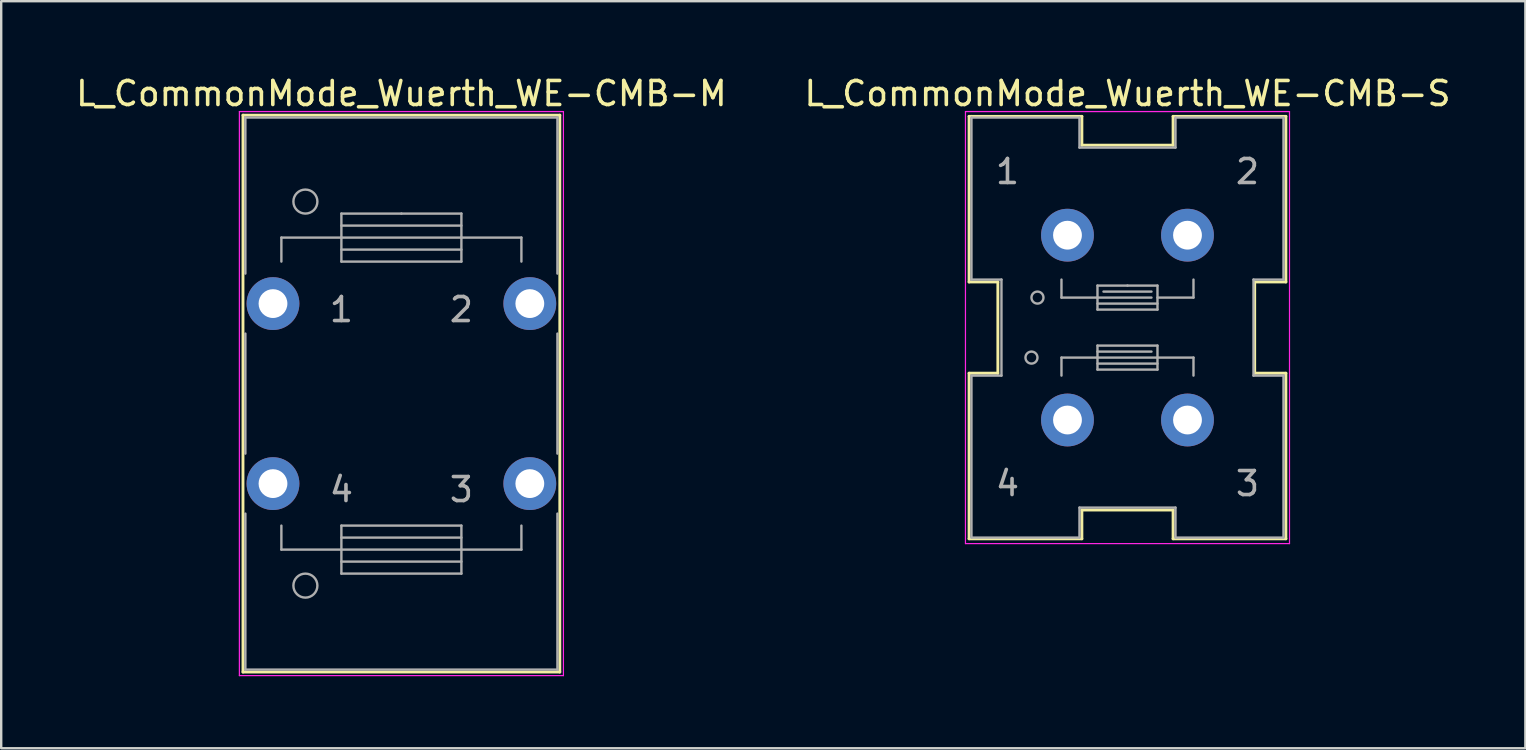
<source format=kicad_pcb>
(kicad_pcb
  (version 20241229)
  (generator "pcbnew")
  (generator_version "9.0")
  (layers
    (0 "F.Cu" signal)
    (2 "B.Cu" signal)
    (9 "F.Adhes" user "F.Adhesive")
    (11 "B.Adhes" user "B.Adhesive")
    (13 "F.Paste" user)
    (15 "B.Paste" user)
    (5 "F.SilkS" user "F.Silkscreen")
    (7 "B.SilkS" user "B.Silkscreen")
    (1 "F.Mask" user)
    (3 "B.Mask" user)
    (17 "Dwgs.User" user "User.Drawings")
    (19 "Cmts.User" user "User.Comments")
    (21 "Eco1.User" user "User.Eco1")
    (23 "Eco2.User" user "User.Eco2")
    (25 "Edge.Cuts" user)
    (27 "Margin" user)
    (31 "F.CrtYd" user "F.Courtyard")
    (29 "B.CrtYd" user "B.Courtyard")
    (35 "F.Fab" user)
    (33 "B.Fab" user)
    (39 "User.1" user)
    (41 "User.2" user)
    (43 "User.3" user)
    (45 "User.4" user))
  (footprint "L_CommonMode_Wuerth_WE-CMB-M"
    (layer "F.Cu")
    (at 8.323 9.598)
    (property "Reference" "L_CommonMode_Wuerth_WE-CMB-M" (at 5.35 -8.75 0) (layer "F.SilkS") (effects (font (size 1 1) (thickness 0.15))))
    (attr through_hole)
    (fp_line (start -1.25 -7.85) (end 11.95 -7.85) (stroke (width 0.12) (type solid)) (layer "F.SilkS"))
    (fp_line (start -1.25 15.35) (end -1.25 -7.85) (stroke (width 0.12) (type solid)) (layer "F.SilkS"))
    (fp_line (start 11.95 -7.85) (end 11.95 15.35) (stroke (width 0.12) (type solid)) (layer "F.SilkS"))
    (fp_line (start 11.95 15.35) (end -1.25 15.35) (stroke (width 0.12) (type solid)) (layer "F.SilkS"))
    (fp_line (start -1.4 -8) (end 12.1 -8) (stroke (width 0.05) (type solid)) (layer "F.CrtYd"))
    (fp_line (start -1.4 15.5) (end -1.4 -8) (stroke (width 0.05) (type solid)) (layer "F.CrtYd"))
    (fp_line (start 12.1 -8) (end 12.1 15.5) (stroke (width 0.05) (type solid)) (layer "F.CrtYd"))
    (fp_line (start 12.1 15.5) (end -1.4 15.5) (stroke (width 0.05) (type solid)) (layer "F.CrtYd"))
    (fp_line (start -1.15 -7.75) (end 11.85 -7.75) (stroke (width 0.1) (type solid)) (layer "F.Fab"))
    (fp_line (start -1.15 -1.25) (end -1.15 -7.75) (stroke (width 0.1) (type solid)) (layer "F.Fab"))
    (fp_line (start -1.15 6.25) (end -1.15 1.25) (stroke (width 0.1) (type solid)) (layer "F.Fab"))
    (fp_line (start -1.15 15.25) (end -1.15 8.75) (stroke (width 0.1) (type solid)) (layer "F.Fab"))
    (fp_line (start 0.35 -2.75) (end 0.35 -1.75) (stroke (width 0.1) (type solid)) (layer "F.Fab"))
    (fp_line (start 0.35 9.25) (end 0.35 10.25) (stroke (width 0.1) (type solid)) (layer "F.Fab"))
    (fp_line (start 0.35 10.25) (end 2.85 10.25) (stroke (width 0.1) (type solid)) (layer "F.Fab"))
    (fp_line (start 2.85 -3.75) (end 5.35 -3.75) (stroke (width 0.1) (type solid)) (layer "F.Fab"))
    (fp_line (start 2.85 -2.75) (end 0.35 -2.75) (stroke (width 0.1) (type solid)) (layer "F.Fab"))
    (fp_line (start 2.85 -2.75) (end 7.85 -2.75) (stroke (width 0.1) (type solid)) (layer "F.Fab"))
    (fp_line (start 2.85 -2.25) (end 7.85 -2.25) (stroke (width 0.1) (type solid)) (layer "F.Fab"))
    (fp_line (start 2.85 -1.75) (end 2.85 -3.75) (stroke (width 0.1) (type solid)) (layer "F.Fab"))
    (fp_line (start 2.85 9.25) (end 7.85 9.25) (stroke (width 0.1) (type solid)) (layer "F.Fab"))
    (fp_line (start 2.85 10.75) (end 7.85 10.75) (stroke (width 0.1) (type solid)) (layer "F.Fab"))
    (fp_line (start 2.85 11.25) (end 2.85 9.25) (stroke (width 0.1) (type solid)) (layer "F.Fab"))
    (fp_line (start 5.35 -3.75) (end 7.85 -3.75) (stroke (width 0.1) (type solid)) (layer "F.Fab"))
    (fp_line (start 7.85 -3.75) (end 7.85 -1.75) (stroke (width 0.1) (type solid)) (layer "F.Fab"))
    (fp_line (start 7.85 -3.25) (end 2.85 -3.25) (stroke (width 0.1) (type solid)) (layer "F.Fab"))
    (fp_line (start 7.85 -2.75) (end 10.35 -2.75) (stroke (width 0.1) (type solid)) (layer "F.Fab"))
    (fp_line (start 7.85 -1.75) (end 2.85 -1.75) (stroke (width 0.1) (type solid)) (layer "F.Fab"))
    (fp_line (start 7.85 9.25) (end 7.85 11.25) (stroke (width 0.1) (type solid)) (layer "F.Fab"))
    (fp_line (start 7.85 9.75) (end 2.85 9.75) (stroke (width 0.1) (type solid)) (layer "F.Fab"))
    (fp_line (start 7.85 10.25) (end 2.85 10.25) (stroke (width 0.1) (type solid)) (layer "F.Fab"))
    (fp_line (start 7.85 11.25) (end 2.85 11.25) (stroke (width 0.1) (type solid)) (layer "F.Fab"))
    (fp_line (start 10.35 -2.75) (end 10.35 -1.75) (stroke (width 0.1) (type solid)) (layer "F.Fab"))
    (fp_line (start 10.35 9.25) (end 10.35 10.25) (stroke (width 0.1) (type solid)) (layer "F.Fab"))
    (fp_line (start 10.35 10.25) (end 7.85 10.25) (stroke (width 0.1) (type solid)) (layer "F.Fab"))
    (fp_line (start 11.85 -7.75) (end 11.85 -1.25) (stroke (width 0.1) (type solid)) (layer "F.Fab"))
    (fp_line (start 11.85 1.25) (end 11.85 6.25) (stroke (width 0.1) (type solid)) (layer "F.Fab"))
    (fp_line (start 11.85 8.75) (end 11.85 15.25) (stroke (width 0.1) (type solid)) (layer "F.Fab"))
    (fp_line (start 11.85 15.25) (end -1.15 15.25) (stroke (width 0.1) (type solid)) (layer "F.Fab"))
    (fp_circle (center 1.35 -4.25) (end 1.85 -4.25) (stroke (width 0.1) (type solid)) (fill no) (layer "F.Fab"))
    (fp_circle (center 1.35 11.75) (end 1.85 11.75) (stroke (width 0.1) (type solid)) (fill no) (layer "F.Fab"))
    (fp_text user "4" (at 2.85 7.75 0) (layer "F.Fab") (effects (font (size 1 1) (thickness 0.15))))
    (fp_text user "3" (at 7.85 7.75 0) (layer "F.Fab") (effects (font (size 1 1) (thickness 0.15))))
    (fp_text user "2" (at 7.85 0.25 0) (layer "F.Fab") (effects (font (size 1 1) (thickness 0.15))))
    (fp_text user "1" (at 2.85 0.25 0) (layer "F.Fab") (effects (font (size 1 1) (thickness 0.15))))
    (pad "1" thru_hole circle (at 0 0) (size 2.2 2.2) (drill 1.2) (layers "*.Cu" "*.Mask"))
    (pad "2" thru_hole circle (at 10.7 0) (size 2.2 2.2) (drill 1.2) (layers "*.Cu" "*.Mask"))
    (pad "3" thru_hole circle (at 10.7 7.5) (size 2.2 2.2) (drill 1.2) (layers "*.Cu" "*.Mask"))
    (pad "4" thru_hole circle (at 0 7.5) (size 2.2 2.2) (drill 1.2) (layers "*.Cu" "*.Mask")))
  (footprint "L_CommonMode_Wuerth_WE-CMB-S"
    (layer "F.Cu")
    (at 41.423 6.748)
    (property "Reference" "L_CommonMode_Wuerth_WE-CMB-S" (at 2.5 -5.9 0) (layer "F.SilkS") (effects (font (size 1 1) (thickness 0.15))))
    (attr through_hole)
    (fp_line (start -4.1 -4.95) (end -4 -4.95) (stroke (width 0.12) (type solid)) (layer "F.SilkS"))
    (fp_line (start -4.1 1.95) (end -4.1 -4.95) (stroke (width 0.12) (type solid)) (layer "F.SilkS"))
    (fp_line (start -4.1 5.75) (end -2.9 5.75) (stroke (width 0.12) (type solid)) (layer "F.SilkS"))
    (fp_line (start -4.1 12.65) (end -4.1 5.75) (stroke (width 0.12) (type solid)) (layer "F.SilkS"))
    (fp_line (start -4 -4.95) (end 0.6 -4.95) (stroke (width 0.12) (type solid)) (layer "F.SilkS"))
    (fp_line (start -2.9 1.95) (end -4.1 1.95) (stroke (width 0.12) (type solid)) (layer "F.SilkS"))
    (fp_line (start -2.9 5.75) (end -2.9 1.95) (stroke (width 0.12) (type solid)) (layer "F.SilkS"))
    (fp_line (start 0.6 -4.95) (end 0.6 -3.75) (stroke (width 0.12) (type solid)) (layer "F.SilkS"))
    (fp_line (start 0.6 -3.75) (end 4.4 -3.75) (stroke (width 0.12) (type solid)) (layer "F.SilkS"))
    (fp_line (start 0.6 11.45) (end 0.6 12.65) (stroke (width 0.12) (type solid)) (layer "F.SilkS"))
    (fp_line (start 0.6 12.65) (end -4.1 12.65) (stroke (width 0.12) (type solid)) (layer "F.SilkS"))
    (fp_line (start 4.4 -4.95) (end 9.1 -4.95) (stroke (width 0.12) (type solid)) (layer "F.SilkS"))
    (fp_line (start 4.4 -3.75) (end 4.4 -4.95) (stroke (width 0.12) (type solid)) (layer "F.SilkS"))
    (fp_line (start 4.4 11.45) (end 0.6 11.45) (stroke (width 0.12) (type solid)) (layer "F.SilkS"))
    (fp_line (start 4.4 12.65) (end 4.4 11.45) (stroke (width 0.12) (type solid)) (layer "F.SilkS"))
    (fp_line (start 7.8 1.95) (end 7.8 5.75) (stroke (width 0.12) (type solid)) (layer "F.SilkS"))
    (fp_line (start 7.8 5.75) (end 9.1 5.75) (stroke (width 0.12) (type solid)) (layer "F.SilkS"))
    (fp_line (start 9.1 -4.95) (end 9.1 1.95) (stroke (width 0.12) (type solid)) (layer "F.SilkS"))
    (fp_line (start 9.1 1.95) (end 7.8 1.95) (stroke (width 0.12) (type solid)) (layer "F.SilkS"))
    (fp_line (start 9.1 5.75) (end 9.1 12.65) (stroke (width 0.12) (type solid)) (layer "F.SilkS"))
    (fp_line (start 9.1 12.65) (end 4.4 12.65) (stroke (width 0.12) (type solid)) (layer "F.SilkS"))
    (fp_line (start -4.25 -5.15) (end -4.25 12.85) (stroke (width 0.05) (type solid)) (layer "F.CrtYd"))
    (fp_line (start -4.25 12.85) (end 9.25 12.85) (stroke (width 0.05) (type solid)) (layer "F.CrtYd"))
    (fp_line (start 9.25 -5.15) (end -4.25 -5.15) (stroke (width 0.05) (type solid)) (layer "F.CrtYd"))
    (fp_line (start 9.25 12.85) (end 9.25 -5.15) (stroke (width 0.05) (type solid)) (layer "F.CrtYd"))
    (fp_line (start -4 -4.9) (end -4 1.85) (stroke (width 0.1) (type solid)) (layer "F.Fab"))
    (fp_line (start -4 1.85) (end -2.75 1.85) (stroke (width 0.1) (type solid)) (layer "F.Fab"))
    (fp_line (start -4 5.85) (end -4 12.6) (stroke (width 0.1) (type solid)) (layer "F.Fab"))
    (fp_line (start -4 12.6) (end 0.5 12.6) (stroke (width 0.1) (type solid)) (layer "F.Fab"))
    (fp_line (start -2.75 1.85) (end -2.75 5.85) (stroke (width 0.1) (type solid)) (layer "F.Fab"))
    (fp_line (start -2.75 5.85) (end -4 5.85) (stroke (width 0.1) (type solid)) (layer "F.Fab"))
    (fp_line (start -0.25 2.6) (end -0.25 1.85) (stroke (width 0.1) (type solid)) (layer "F.Fab"))
    (fp_line (start -0.25 5.1) (end -0.25 5.85) (stroke (width 0.1) (type solid)) (layer "F.Fab"))
    (fp_line (start 0.5 -4.9) (end -4 -4.9) (stroke (width 0.1) (type solid)) (layer "F.Fab"))
    (fp_line (start 0.5 -3.65) (end 0.5 -4.9) (stroke (width 0.1) (type solid)) (layer "F.Fab"))
    (fp_line (start 0.5 11.35) (end 4.5 11.35) (stroke (width 0.1) (type solid)) (layer "F.Fab"))
    (fp_line (start 0.5 12.6) (end 0.5 11.35) (stroke (width 0.1) (type solid)) (layer "F.Fab"))
    (fp_line (start 1.25 2.1) (end 2.5 2.1) (stroke (width 0.1) (type solid)) (layer "F.Fab"))
    (fp_line (start 1.25 2.6) (end -0.25 2.6) (stroke (width 0.1) (type solid)) (layer "F.Fab"))
    (fp_line (start 1.25 2.85) (end 3.75 2.85) (stroke (width 0.1) (type solid)) (layer "F.Fab"))
    (fp_line (start 1.25 3.1) (end 1.25 2.1) (stroke (width 0.1) (type solid)) (layer "F.Fab"))
    (fp_line (start 1.25 4.6) (end 3.75 4.6) (stroke (width 0.1) (type solid)) (layer "F.Fab"))
    (fp_line (start 1.25 4.85) (end 3.5 4.85) (stroke (width 0.1) (type solid)) (layer "F.Fab"))
    (fp_line (start 1.25 5.1) (end -0.25 5.1) (stroke (width 0.1) (type solid)) (layer "F.Fab"))
    (fp_line (start 1.25 5.6) (end 1.25 4.6) (stroke (width 0.1) (type solid)) (layer "F.Fab"))
    (fp_line (start 2.5 2.1) (end 3.75 2.1) (stroke (width 0.1) (type solid)) (layer "F.Fab"))
    (fp_line (start 3.5 2.35) (end 1.5 2.35) (stroke (width 0.1) (type solid)) (layer "F.Fab"))
    (fp_line (start 3.5 2.6) (end 1.25 2.6) (stroke (width 0.1) (type solid)) (layer "F.Fab"))
    (fp_line (start 3.75 2.1) (end 3.75 3.1) (stroke (width 0.1) (type solid)) (layer "F.Fab"))
    (fp_line (start 3.75 2.6) (end 5.25 2.6) (stroke (width 0.1) (type solid)) (layer "F.Fab"))
    (fp_line (start 3.75 3.1) (end 1.25 3.1) (stroke (width 0.1) (type solid)) (layer "F.Fab"))
    (fp_line (start 3.75 4.6) (end 3.75 5.6) (stroke (width 0.1) (type solid)) (layer "F.Fab"))
    (fp_line (start 3.75 5.1) (end 1.25 5.1) (stroke (width 0.1) (type solid)) (layer "F.Fab"))
    (fp_line (start 3.75 5.1) (end 5.25 5.1) (stroke (width 0.1) (type solid)) (layer "F.Fab"))
    (fp_line (start 3.75 5.35) (end 1.25 5.35) (stroke (width 0.1) (type solid)) (layer "F.Fab"))
    (fp_line (start 3.75 5.6) (end 1.25 5.6) (stroke (width 0.1) (type solid)) (layer "F.Fab"))
    (fp_line (start 4.5 -4.9) (end 4.5 -3.65) (stroke (width 0.1) (type solid)) (layer "F.Fab"))
    (fp_line (start 4.5 -3.65) (end 0.5 -3.65) (stroke (width 0.1) (type solid)) (layer "F.Fab"))
    (fp_line (start 4.5 11.35) (end 4.5 12.6) (stroke (width 0.1) (type solid)) (layer "F.Fab"))
    (fp_line (start 4.5 12.6) (end 9 12.6) (stroke (width 0.1) (type solid)) (layer "F.Fab"))
    (fp_line (start 5.25 2.6) (end 5.25 1.85) (stroke (width 0.1) (type solid)) (layer "F.Fab"))
    (fp_line (start 5.25 5.1) (end 5.25 5.85) (stroke (width 0.1) (type solid)) (layer "F.Fab"))
    (fp_line (start 7.75 1.85) (end 9 1.85) (stroke (width 0.1) (type solid)) (layer "F.Fab"))
    (fp_line (start 7.75 5.85) (end 7.75 1.85) (stroke (width 0.1) (type solid)) (layer "F.Fab"))
    (fp_line (start 9 -4.9) (end 4.5 -4.9) (stroke (width 0.1) (type solid)) (layer "F.Fab"))
    (fp_line (start 9 1.85) (end 9 -4.9) (stroke (width 0.1) (type solid)) (layer "F.Fab"))
    (fp_line (start 9 5.85) (end 7.75 5.85) (stroke (width 0.1) (type solid)) (layer "F.Fab"))
    (fp_line (start 9 12.6) (end 9 5.85) (stroke (width 0.1) (type solid)) (layer "F.Fab"))
    (fp_circle (center -1.5 5.1) (end -1.5 4.85) (stroke (width 0.1) (type solid)) (fill no) (layer "F.Fab"))
    (fp_circle (center -1.25 2.6) (end -1 2.6) (stroke (width 0.1) (type solid)) (fill no) (layer "F.Fab"))
    (fp_text user "2" (at 7.5 -2.65 0) (layer "F.Fab") (effects (font (size 1 1) (thickness 0.15))))
    (fp_text user "1" (at -2.5 -2.65 0) (layer "F.Fab") (effects (font (size 1 1) (thickness 0.15))))
    (fp_text user "3" (at 7.5 10.35 0) (layer "F.Fab") (effects (font (size 1 1) (thickness 0.15))))
    (fp_text user "4" (at -2.5 10.35 0) (layer "F.Fab") (effects (font (size 1 1) (thickness 0.15))))
    (pad "1" thru_hole circle (at 0 0) (size 2.2 2.2) (drill 1.2) (layers "*.Cu" "*.Mask"))
    (pad "2" thru_hole circle (at 5 0) (size 2.2 2.2) (drill 1.2) (layers "*.Cu" "*.Mask"))
    (pad "3" thru_hole circle (at 5 7.7) (size 2.2 2.2) (drill 1.2) (layers "*.Cu" "*.Mask"))
    (pad "4" thru_hole circle (at 0 7.7) (size 2.2 2.2) (drill 1.2) (layers "*.Cu" "*.Mask")))
  (gr_rect
    (start -3 -3)
    (end 60.5 28.123)
    (stroke (width 0.1) (type default))
    (fill no)
    (layer "Edge.Cuts")))
</source>
